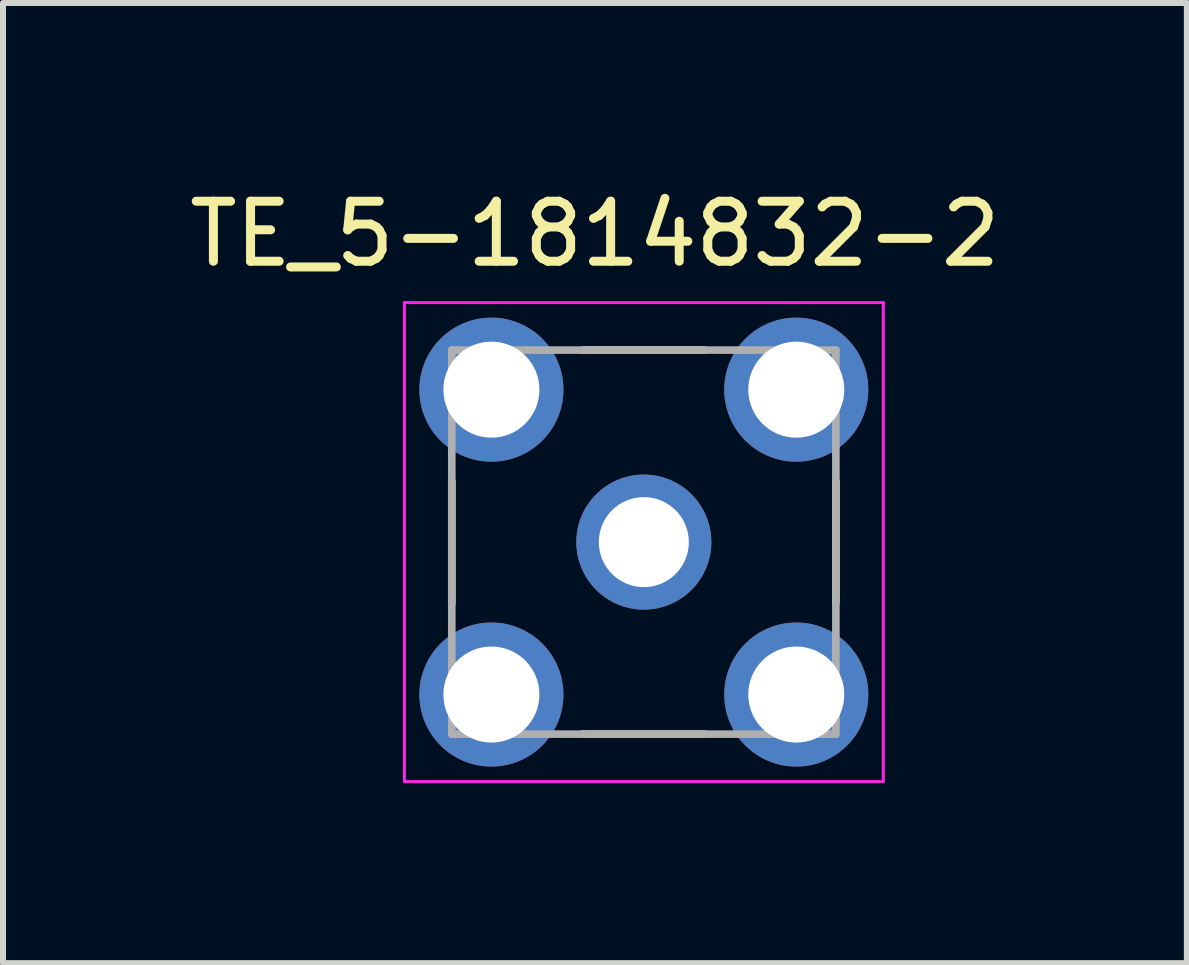
<source format=kicad_pcb>
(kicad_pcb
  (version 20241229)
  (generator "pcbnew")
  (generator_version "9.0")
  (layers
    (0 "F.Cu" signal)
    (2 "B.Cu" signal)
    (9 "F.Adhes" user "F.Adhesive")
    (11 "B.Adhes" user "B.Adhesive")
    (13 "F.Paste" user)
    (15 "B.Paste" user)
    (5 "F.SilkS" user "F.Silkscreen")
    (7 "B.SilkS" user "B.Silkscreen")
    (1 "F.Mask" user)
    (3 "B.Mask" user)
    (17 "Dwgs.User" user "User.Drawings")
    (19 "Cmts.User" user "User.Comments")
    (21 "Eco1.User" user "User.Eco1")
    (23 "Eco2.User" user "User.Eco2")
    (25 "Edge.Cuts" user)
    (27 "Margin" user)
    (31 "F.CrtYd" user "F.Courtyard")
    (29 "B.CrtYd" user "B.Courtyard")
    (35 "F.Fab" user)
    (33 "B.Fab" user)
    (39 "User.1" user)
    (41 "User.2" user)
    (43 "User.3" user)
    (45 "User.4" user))
  (footprint "TE_5-1814832-2"
    (layer "F.Cu")
    (at 7.678 5.983)
    (property "Reference" "TE_5-1814832-2" (at -0.815 -5.135 0) (layer "F.SilkS") (effects (font (size 1 1) (thickness 0.15))))
    (attr through_hole)
    (fp_line (start -3.2 -1.02) (end -3.2 1.02) (stroke (width 0.127) (type solid)) (layer "F.SilkS"))
    (fp_line (start -1.02 -3.2) (end 1.02 -3.2) (stroke (width 0.127) (type solid)) (layer "F.SilkS"))
    (fp_line (start -1.02 3.2) (end 1.02 3.2) (stroke (width 0.127) (type solid)) (layer "F.SilkS"))
    (fp_line (start 3.2 -1.02) (end 3.2 1.02) (stroke (width 0.127) (type solid)) (layer "F.SilkS"))
    (fp_line (start -3.99 -3.99) (end 3.99 -3.99) (stroke (width 0.05) (type solid)) (layer "F.CrtYd"))
    (fp_line (start -3.99 3.99) (end -3.99 -3.99) (stroke (width 0.05) (type solid)) (layer "F.CrtYd"))
    (fp_line (start 3.99 -3.99) (end 3.99 3.99) (stroke (width 0.05) (type solid)) (layer "F.CrtYd"))
    (fp_line (start 3.99 3.99) (end -3.99 3.99) (stroke (width 0.05) (type solid)) (layer "F.CrtYd"))
    (fp_line (start -3.2 -3.2) (end 3.2 -3.2) (stroke (width 0.127) (type solid)) (layer "F.Fab"))
    (fp_line (start -3.2 3.2) (end -3.2 -3.2) (stroke (width 0.127) (type solid)) (layer "F.Fab"))
    (fp_line (start 3.2 -3.2) (end 3.2 3.2) (stroke (width 0.127) (type solid)) (layer "F.Fab"))
    (fp_line (start 3.2 3.2) (end -3.2 3.2) (stroke (width 0.127) (type solid)) (layer "F.Fab"))
    (pad "1" thru_hole circle (at 0 0) (size 2.25 2.25) (drill 1.5) (layers "*.Cu" "*.Mask"))
    (pad "S1" thru_hole circle (at -2.54 -2.54) (size 2.4 2.4) (drill 1.6) (layers "*.Cu" "*.Mask"))
    (pad "S2" thru_hole circle (at -2.54 2.54) (size 2.4 2.4) (drill 1.6) (layers "*.Cu" "*.Mask"))
    (pad "S3" thru_hole circle (at 2.54 2.54) (size 2.4 2.4) (drill 1.6) (layers "*.Cu" "*.Mask"))
    (pad "S4" thru_hole circle (at 2.54 -2.54) (size 2.4 2.4) (drill 1.6) (layers "*.Cu" "*.Mask")))
  (gr_rect
    (start -3 -3)
    (end 16.726 12.998)
    (stroke (width 0.1) (type default))
    (fill no)
    (layer "Edge.Cuts")))
</source>
